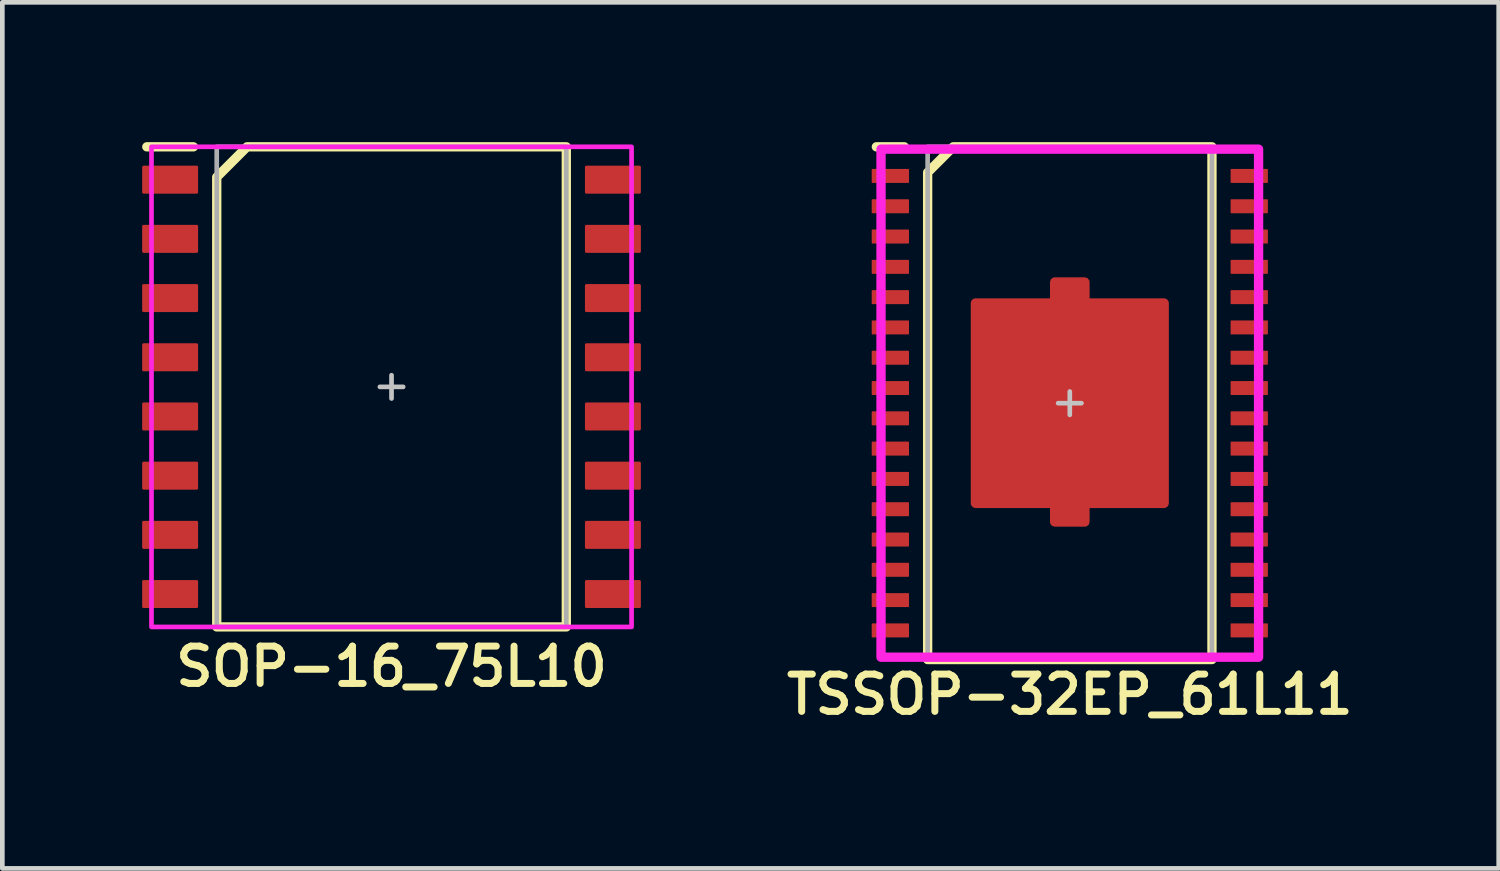
<source format=kicad_pcb>
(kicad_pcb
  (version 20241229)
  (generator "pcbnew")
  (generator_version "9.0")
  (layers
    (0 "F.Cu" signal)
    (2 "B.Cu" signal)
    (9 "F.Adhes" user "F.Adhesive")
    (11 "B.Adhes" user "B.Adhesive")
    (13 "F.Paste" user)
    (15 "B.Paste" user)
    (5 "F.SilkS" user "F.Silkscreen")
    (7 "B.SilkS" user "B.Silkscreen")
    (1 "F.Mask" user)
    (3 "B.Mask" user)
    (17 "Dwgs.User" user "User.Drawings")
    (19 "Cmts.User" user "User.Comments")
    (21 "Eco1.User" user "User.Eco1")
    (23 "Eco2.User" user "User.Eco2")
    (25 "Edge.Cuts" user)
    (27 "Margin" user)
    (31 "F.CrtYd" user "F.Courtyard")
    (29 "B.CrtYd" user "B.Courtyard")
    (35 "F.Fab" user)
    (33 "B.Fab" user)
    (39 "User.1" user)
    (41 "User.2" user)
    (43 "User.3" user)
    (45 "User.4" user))
  (footprint "TSSOP-32EP_61L11"
    (layer "F.Cu")
    (at 19.902 5.6)
    (property "Reference" "TSSOP-32EP_61L11" (at 0 6.25 0) (unlocked yes) (layer "F.SilkS") (effects (font (size 0.8 0.8) (thickness 0.15))))
    (attr smd)
    (fp_line (start -3.55 -5.5) (end -4.15 -5.5) (stroke (width 0.2) (type solid)) (layer "F.SilkS"))
    (fp_poly (pts (xy 3.05 5.5) (xy -3.05 5.5) (xy -3.05 -4.95) (xy -2.5 -5.5) (xy 3.05 -5.5)) (stroke (width 0.2) (type solid)) (fill no) (layer "F.SilkS"))
    (fp_line (start -0.25 0) (end 0.25 0) (stroke (width 0.1) (type solid)) (layer "Dwgs.User"))
    (fp_line (start 0 0.25) (end 0 -0.25) (stroke (width 0.1) (type solid)) (layer "Dwgs.User"))
    (fp_rect (start -4.05 -5.45) (end 4.05 5.45) (stroke (width 0.2) (type solid)) (fill no) (layer "F.CrtYd"))
    (fp_rect (start -3.05 -5.5) (end 3.05 5.5) (stroke (width 0.1) (type solid)) (fill no) (layer "F.Fab"))
    (pad "1" smd roundrect (at -3.85 -4.875) (size 0.8 0.3) (layers "F.Cu" "F.Mask" "F.Paste") (roundrect_rratio 0.05))
    (pad "2" smd roundrect (at -3.85 -4.225) (size 0.8 0.3) (layers "F.Cu" "F.Mask" "F.Paste") (roundrect_rratio 0.05))
    (pad "3" smd roundrect (at -3.85 -3.575) (size 0.8 0.3) (layers "F.Cu" "F.Mask" "F.Paste") (roundrect_rratio 0.05))
    (pad "4" smd roundrect (at -3.85 -2.925) (size 0.8 0.3) (layers "F.Cu" "F.Mask" "F.Paste") (roundrect_rratio 0.05))
    (pad "5" smd roundrect (at -3.85 -2.275) (size 0.8 0.3) (layers "F.Cu" "F.Mask" "F.Paste") (roundrect_rratio 0.05))
    (pad "6" smd roundrect (at -3.85 -1.625) (size 0.8 0.3) (layers "F.Cu" "F.Mask" "F.Paste") (roundrect_rratio 0.05))
    (pad "7" smd roundrect (at -3.85 -0.975) (size 0.8 0.3) (layers "F.Cu" "F.Mask" "F.Paste") (roundrect_rratio 0.05))
    (pad "8" smd roundrect (at -3.85 -0.325) (size 0.8 0.3) (layers "F.Cu" "F.Mask" "F.Paste") (roundrect_rratio 0.05))
    (pad "9" smd roundrect (at -3.85 0.325) (size 0.8 0.3) (layers "F.Cu" "F.Mask" "F.Paste") (roundrect_rratio 0.05))
    (pad "10" smd roundrect (at -3.85 0.975) (size 0.8 0.3) (layers "F.Cu" "F.Mask" "F.Paste") (roundrect_rratio 0.05))
    (pad "11" smd roundrect (at -3.85 1.625) (size 0.8 0.3) (layers "F.Cu" "F.Mask" "F.Paste") (roundrect_rratio 0.05))
    (pad "12" smd roundrect (at -3.85 2.275) (size 0.8 0.3) (layers "F.Cu" "F.Mask" "F.Paste") (roundrect_rratio 0.05))
    (pad "13" smd roundrect (at -3.85 2.925) (size 0.8 0.3) (layers "F.Cu" "F.Mask" "F.Paste") (roundrect_rratio 0.05))
    (pad "14" smd roundrect (at -3.85 3.575) (size 0.8 0.3) (layers "F.Cu" "F.Mask" "F.Paste") (roundrect_rratio 0.05))
    (pad "15" smd roundrect (at -3.85 4.225) (size 0.8 0.3) (layers "F.Cu" "F.Mask" "F.Paste") (roundrect_rratio 0.05))
    (pad "16" smd roundrect (at -3.85 4.875) (size 0.8 0.3) (layers "F.Cu" "F.Mask" "F.Paste") (roundrect_rratio 0.05))
    (pad "17" smd roundrect (at 3.85 4.875) (size 0.8 0.3) (layers "F.Cu" "F.Mask" "F.Paste") (roundrect_rratio 0.05))
    (pad "18" smd roundrect (at 3.85 4.225) (size 0.8 0.3) (layers "F.Cu" "F.Mask" "F.Paste") (roundrect_rratio 0.05))
    (pad "19" smd roundrect (at 3.85 3.575) (size 0.8 0.3) (layers "F.Cu" "F.Mask" "F.Paste") (roundrect_rratio 0.05))
    (pad "20" smd roundrect (at 3.85 2.925) (size 0.8 0.3) (layers "F.Cu" "F.Mask" "F.Paste") (roundrect_rratio 0.05))
    (pad "21" smd roundrect (at 3.85 2.275) (size 0.8 0.3) (layers "F.Cu" "F.Mask" "F.Paste") (roundrect_rratio 0.05))
    (pad "22" smd roundrect (at 3.85 1.625) (size 0.8 0.3) (layers "F.Cu" "F.Mask" "F.Paste") (roundrect_rratio 0.05))
    (pad "23" smd roundrect (at 3.85 0.975) (size 0.8 0.3) (layers "F.Cu" "F.Mask" "F.Paste") (roundrect_rratio 0.05))
    (pad "24" smd roundrect (at 3.85 0.325) (size 0.8 0.3) (layers "F.Cu" "F.Mask" "F.Paste") (roundrect_rratio 0.05))
    (pad "25" smd roundrect (at 3.85 -0.325) (size 0.8 0.3) (layers "F.Cu" "F.Mask" "F.Paste") (roundrect_rratio 0.05))
    (pad "26" smd roundrect (at 3.85 -0.975) (size 0.8 0.3) (layers "F.Cu" "F.Mask" "F.Paste") (roundrect_rratio 0.05))
    (pad "27" smd roundrect (at 3.85 -1.625) (size 0.8 0.3) (layers "F.Cu" "F.Mask" "F.Paste") (roundrect_rratio 0.05))
    (pad "28" smd roundrect (at 3.85 -2.275) (size 0.8 0.3) (layers "F.Cu" "F.Mask" "F.Paste") (roundrect_rratio 0.05))
    (pad "29" smd roundrect (at 3.85 -2.925) (size 0.8 0.3) (layers "F.Cu" "F.Mask" "F.Paste") (roundrect_rratio 0.05))
    (pad "30" smd roundrect (at 3.85 -3.575) (size 0.8 0.3) (layers "F.Cu" "F.Mask" "F.Paste") (roundrect_rratio 0.05))
    (pad "31" smd roundrect (at 3.85 -4.225) (size 0.8 0.3) (layers "F.Cu" "F.Mask" "F.Paste") (roundrect_rratio 0.05))
    (pad "32" smd roundrect (at 3.85 -4.875) (size 0.8 0.3) (layers "F.Cu" "F.Mask" "F.Paste") (roundrect_rratio 0.05))
    (pad "EP" smd custom (at 0 0 90) (size 1 1) (layers "F.Cu" "F.Mask") (options (anchor circle)) (primitives (gr_poly (pts (xy -2.25 -2.019) (xy -2.242 -2.059) (xy -2.219 -2.094) (xy -2.184 -2.117) (xy -2.144 -2.125) (xy 2.144 -2.125) (xy 2.184 -2.117) (xy 2.219 -2.094) (xy 2.242 -2.059) (xy 2.25 -2.019) (xy 2.25 2.019) (xy 2.242 2.059) (xy 2.219 2.094) (xy 2.184 2.117) (xy 2.144 2.125) (xy -2.144 2.125) (xy -2.184 2.117) (xy -2.219 2.094) (xy -2.242 2.059) (xy -2.25 2.019)) (width 0) (fill yes)) (gr_poly (pts (xy -2.15 -2.025) (xy -2.15 -0.325) (xy -2.55 -0.325) (xy -2.55 0.325) (xy -2.15 0.325) (xy -2.15 2.025) (xy 2.15 2.025) (xy 2.15 0.325) (xy 2.6 0.325) (xy 2.6 -0.325) (xy 2.15 -0.325) (xy 2.15 -2.025)) (width 0.2) (fill yes)))))
  (footprint "SOP-16_75L10"
    (layer "F.Cu")
    (at 5.35 5.25)
    (property "Reference" "SOP-16_75L10" (at 0 6 0) (unlocked yes) (layer "F.SilkS") (effects (font (size 0.8 0.8) (thickness 0.15))))
    (attr smd)
    (fp_line (start -4.25 -5.15) (end -5.25 -5.15) (stroke (width 0.2) (type default)) (layer "F.SilkS"))
    (fp_poly (pts (xy -3.1 -5.15) (xy -3.75 -4.5) (xy -3.75 5.15) (xy 3.75 5.15) (xy 3.75 -5.15)) (stroke (width 0.2) (type solid)) (fill no) (layer "F.SilkS"))
    (fp_line (start -0.25 0) (end 0.25 0) (stroke (width 0.1) (type default)) (layer "Dwgs.User"))
    (fp_line (start 0 -0.25) (end 0 0.25) (stroke (width 0.1) (type default)) (layer "Dwgs.User"))
    (fp_rect (start -5.15 -5.15) (end 5.15 5.15) (stroke (width 0.1) (type default)) (fill no) (layer "F.CrtYd"))
    (fp_rect (start -3.75 -5.15) (end 3.75 5.15) (stroke (width 0.1) (type default)) (fill no) (layer "F.Fab"))
    (pad "1" smd roundrect (at -4.75 -4.445) (size 1.2 0.6) (layers "F.Cu" "F.Mask" "F.Paste") (roundrect_rratio 0.05))
    (pad "2" smd roundrect (at -4.75 -3.175) (size 1.2 0.6) (layers "F.Cu" "F.Mask" "F.Paste") (roundrect_rratio 0.05))
    (pad "3" smd roundrect (at -4.75 -1.905) (size 1.2 0.6) (layers "F.Cu" "F.Mask" "F.Paste") (roundrect_rratio 0.05))
    (pad "4" smd roundrect (at -4.75 -0.635) (size 1.2 0.6) (layers "F.Cu" "F.Mask" "F.Paste") (roundrect_rratio 0.05))
    (pad "5" smd roundrect (at -4.75 0.635) (size 1.2 0.6) (layers "F.Cu" "F.Mask" "F.Paste") (roundrect_rratio 0.05))
    (pad "6" smd roundrect (at -4.75 1.905) (size 1.2 0.6) (layers "F.Cu" "F.Mask" "F.Paste") (roundrect_rratio 0.05))
    (pad "7" smd roundrect (at -4.75 3.175) (size 1.2 0.6) (layers "F.Cu" "F.Mask" "F.Paste") (roundrect_rratio 0.05))
    (pad "8" smd roundrect (at -4.75 4.445) (size 1.2 0.6) (layers "F.Cu" "F.Mask" "F.Paste") (roundrect_rratio 0.05))
    (pad "9" smd roundrect (at 4.75 4.445) (size 1.2 0.6) (layers "F.Cu" "F.Mask" "F.Paste") (roundrect_rratio 0.05))
    (pad "10" smd roundrect (at 4.75 3.175) (size 1.2 0.6) (layers "F.Cu" "F.Mask" "F.Paste") (roundrect_rratio 0.05))
    (pad "11" smd roundrect (at 4.75 1.905) (size 1.2 0.6) (layers "F.Cu" "F.Mask" "F.Paste") (roundrect_rratio 0.05))
    (pad "12" smd roundrect (at 4.75 0.635) (size 1.2 0.6) (layers "F.Cu" "F.Mask" "F.Paste") (roundrect_rratio 0.05))
    (pad "13" smd roundrect (at 4.75 -0.635) (size 1.2 0.6) (layers "F.Cu" "F.Mask" "F.Paste") (roundrect_rratio 0.05))
    (pad "14" smd roundrect (at 4.75 -1.905) (size 1.2 0.6) (layers "F.Cu" "F.Mask" "F.Paste") (roundrect_rratio 0.05))
    (pad "15" smd roundrect (at 4.75 -3.175) (size 1.2 0.6) (layers "F.Cu" "F.Mask" "F.Paste") (roundrect_rratio 0.05))
    (pad "16" smd roundrect (at 4.75 -4.445) (size 1.2 0.6) (layers "F.Cu" "F.Mask" "F.Paste") (roundrect_rratio 0.05)))
  (gr_rect
    (start -3 -3)
    (end 29.104 15.581)
    (stroke (width 0.1) (type default))
    (fill no)
    (layer "Edge.Cuts")))
</source>
